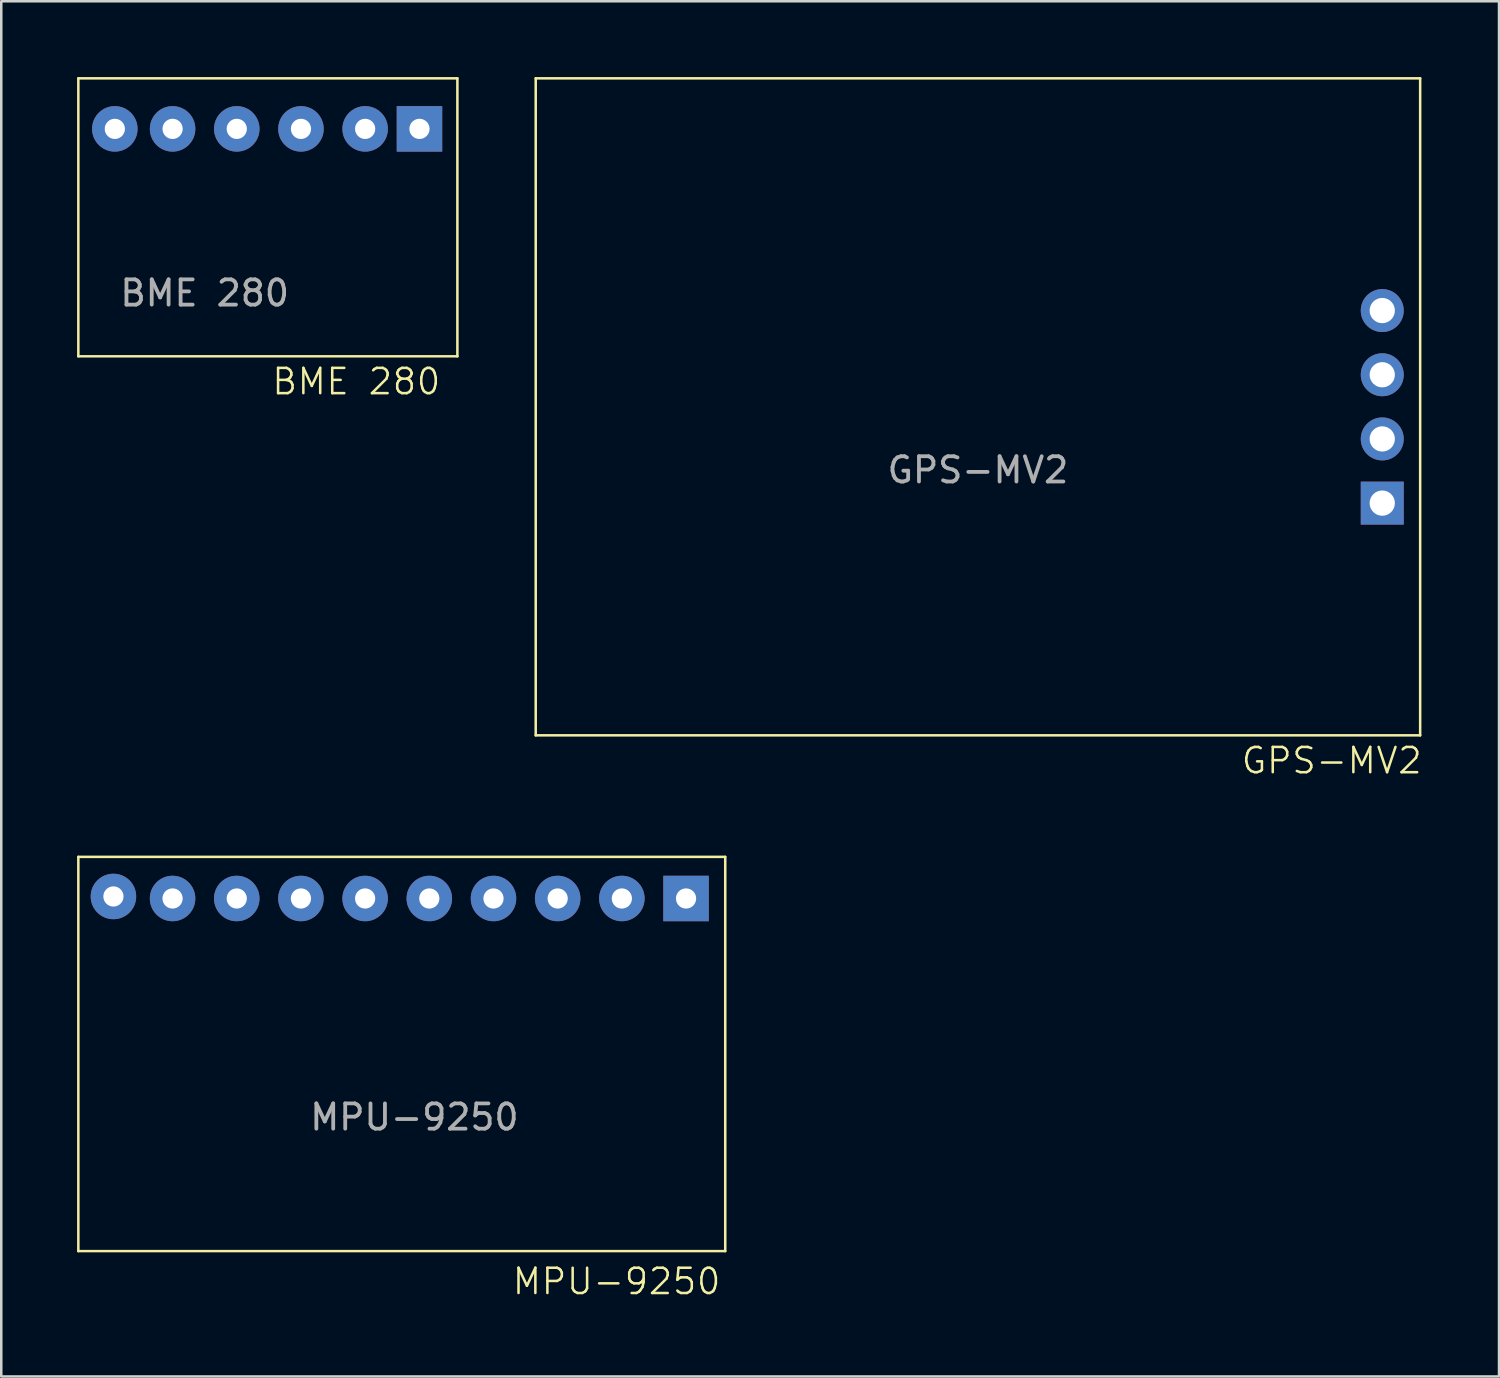
<source format=kicad_pcb>
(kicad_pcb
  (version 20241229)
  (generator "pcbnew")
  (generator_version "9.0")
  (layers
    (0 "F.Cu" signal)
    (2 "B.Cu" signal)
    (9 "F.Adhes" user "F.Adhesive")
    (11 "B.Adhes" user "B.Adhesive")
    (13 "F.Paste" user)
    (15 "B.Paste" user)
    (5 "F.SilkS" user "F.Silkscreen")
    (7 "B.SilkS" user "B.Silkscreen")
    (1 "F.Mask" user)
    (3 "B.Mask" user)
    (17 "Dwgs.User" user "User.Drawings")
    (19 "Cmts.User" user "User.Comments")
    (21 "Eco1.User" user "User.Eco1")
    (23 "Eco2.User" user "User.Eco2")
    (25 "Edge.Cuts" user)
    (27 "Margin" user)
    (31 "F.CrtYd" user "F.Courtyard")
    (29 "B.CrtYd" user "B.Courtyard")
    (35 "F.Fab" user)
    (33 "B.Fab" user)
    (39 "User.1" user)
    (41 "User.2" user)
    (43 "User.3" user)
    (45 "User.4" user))
  (footprint "GPS-MV2"
    (layer "F.Cu")
    (at 35.65 13.05)
    (property "Reference" "GPS-MV2" (at 14 14 0) (unlocked yes) (layer "F.SilkS") (effects (font (size 1 1) (thickness 0.1))))
    (attr smd)
    (fp_line (start -17.5 -13) (end 17.5 -13) (stroke (width 0.1) (type default)) (layer "F.SilkS"))
    (fp_line (start -17.5 13) (end -17.5 -13) (stroke (width 0.1) (type default)) (layer "F.SilkS"))
    (fp_line (start 17.5 -13) (end 17.5 13) (stroke (width 0.1) (type default)) (layer "F.SilkS"))
    (fp_line (start 17.5 13) (end -17.5 13) (stroke (width 0.1) (type default)) (layer "F.SilkS"))
    (fp_text user "${REFERENCE}" (at 0 2.5 0) (unlocked yes) (layer "F.Fab") (effects (font (size 1 1) (thickness 0.15))))
    (pad "1" thru_hole rect (at 16 3.81 180) (size 1.7 1.7) (drill 1) (layers "*.Cu" "*.Mask"))
    (pad "2" thru_hole circle (at 16 1.27 180) (size 1.7 1.7) (drill 1) (layers "*.Cu" "*.Mask"))
    (pad "3" thru_hole circle (at 16 -1.27 180) (size 1.7 1.7) (drill 1) (layers "*.Cu" "*.Mask"))
    (pad "4" thru_hole circle (at 16 -3.81 180) (size 1.7 1.7) (drill 1) (layers "*.Cu" "*.Mask"))
    (zone (net_name "") (layer "F.SilkS") (hatch edge 0.5) (connect_pads) (min_thickness 0.25) (filled_areas_thickness no) (keepout (tracks allowed) (vias allowed) (pads not_allowed) (copperpour allowed) (footprints not_allowed)) (placement (enabled no)) (fill) (polygon (pts (xy 18.15 0.05) (xy 53.15 0.05) (xy 53.15 26.05) (xy 18.15 26.05)))))
  (footprint "BME 280"
    (layer "F.Cu")
    (at 5.05 6.05)
    (property "Reference" "BME 280" (at 6 6 0) (unlocked yes) (layer "F.SilkS") (effects (font (size 1 1) (thickness 0.1))))
    (attr smd)
    (fp_line (start -5 -6) (end 10 -6) (stroke (width 0.1) (type default)) (layer "F.SilkS"))
    (fp_line (start -5 5) (end -5 -6) (stroke (width 0.1) (type default)) (layer "F.SilkS"))
    (fp_line (start 10 -6) (end 10 5) (stroke (width 0.1) (type default)) (layer "F.SilkS"))
    (fp_line (start 10 5) (end -5 5) (stroke (width 0.1) (type default)) (layer "F.SilkS"))
    (fp_text user "${REFERENCE}" (at 0 2.5 0) (unlocked yes) (layer "F.Fab") (effects (font (size 1 1) (thickness 0.15))))
    (pad "1" thru_hole rect (at 8.5 -4) (size 1.8 1.8) (drill 0.8) (layers "*.Cu" "*.Mask"))
    (pad "2" thru_hole circle (at 6.35 -4) (size 1.8 1.8) (drill 0.8) (layers "*.Cu" "*.Mask"))
    (pad "3" thru_hole circle (at 3.81 -4) (size 1.8 1.8) (drill 0.8) (layers "*.Cu" "*.Mask"))
    (pad "4" thru_hole circle (at 1.27 -4) (size 1.8 1.8) (drill 0.8) (layers "*.Cu" "*.Mask"))
    (pad "5" thru_hole circle (at -1.27 -4) (size 1.8 1.8) (drill 0.8) (layers "*.Cu" "*.Mask"))
    (pad "6" thru_hole circle (at -3.556 -4) (size 1.8 1.8) (drill 0.8) (layers "*.Cu" "*.Mask"))
    (zone (net_name "") (layer "F.SilkS") (hatch edge 0.5) (connect_pads) (min_thickness 0.25) (filled_areas_thickness no) (keepout (tracks allowed) (vias allowed) (pads not_allowed) (copperpour allowed) (footprints not_allowed)) (placement (enabled no)) (fill) (polygon (pts (xy 0.05 0.05) (xy 15.05 0.05) (xy 15.05 11.05) (xy 0.05 11.05)))))
  (footprint "MPU-9250"
    (layer "F.Cu")
    (at 13.35 38.66)
    (property "Reference" "MPU-9250" (at 8 9 0) (unlocked yes) (layer "F.SilkS") (effects (font (size 1 1) (thickness 0.1))))
    (attr smd)
    (fp_line (start -13.3 -7.8) (end 12.3 -7.8) (stroke (width 0.1) (type default)) (layer "F.SilkS"))
    (fp_line (start -13.3 7.8) (end -13.3 -7.8) (stroke (width 0.1) (type default)) (layer "F.SilkS"))
    (fp_line (start 12.3 -7.8) (end 12.3 7.8) (stroke (width 0.1) (type default)) (layer "F.SilkS"))
    (fp_line (start 12.3 7.8) (end -13.3 7.8) (stroke (width 0.1) (type default)) (layer "F.SilkS"))
    (fp_text user "${REFERENCE}" (at 0 2.5 0) (unlocked yes) (layer "F.Fab") (effects (font (size 1 1) (thickness 0.15))))
    (pad "1" thru_hole rect (at 10.749 -6.154 180) (size 1.8 1.8) (drill 0.8) (layers "*.Cu" "*.Mask"))
    (pad "2" thru_hole circle (at 8.209 -6.154 180) (size 1.8 1.8) (drill 0.8) (layers "*.Cu" "*.Mask"))
    (pad "3" thru_hole circle (at 5.669 -6.154 180) (size 1.8 1.8) (drill 0.8) (layers "*.Cu" "*.Mask"))
    (pad "4" thru_hole circle (at 3.129 -6.154 180) (size 1.8 1.8) (drill 0.8) (layers "*.Cu" "*.Mask"))
    (pad "5" thru_hole circle (at 0.589 -6.154 180) (size 1.8 1.8) (drill 0.8) (layers "*.Cu" "*.Mask"))
    (pad "6" thru_hole circle (at -1.951 -6.154 180) (size 1.8 1.8) (drill 0.8) (layers "*.Cu" "*.Mask"))
    (pad "7" thru_hole circle (at -4.491 -6.154 180) (size 1.8 1.8) (drill 0.8) (layers "*.Cu" "*.Mask"))
    (pad "8" thru_hole circle (at -7.031 -6.154 180) (size 1.8 1.8) (drill 0.8) (layers "*.Cu" "*.Mask"))
    (pad "9" thru_hole circle (at -9.571 -6.154 180) (size 1.8 1.8) (drill 0.8) (layers "*.Cu" "*.Mask"))
    (pad "10" thru_hole circle (at -11.911 -6.234 180) (size 1.8 1.8) (drill 0.8) (layers "*.Cu" "*.Mask"))
    (zone (net_name "") (layer "F.SilkS") (hatch edge 0.5) (connect_pads) (min_thickness 0.25) (filled_areas_thickness no) (keepout (tracks allowed) (vias allowed) (pads not_allowed) (copperpour allowed) (footprints not_allowed)) (placement (enabled no)) (fill) (polygon (pts (xy 0.05 30.86) (xy 25.65 30.86) (xy 25.65 46.461) (xy 0.05 46.461)))))
  (gr_rect
    (start -3 -3)
    (end 56.271 51.421)
    (stroke (width 0.1) (type default))
    (fill no)
    (layer "Edge.Cuts")))
</source>
